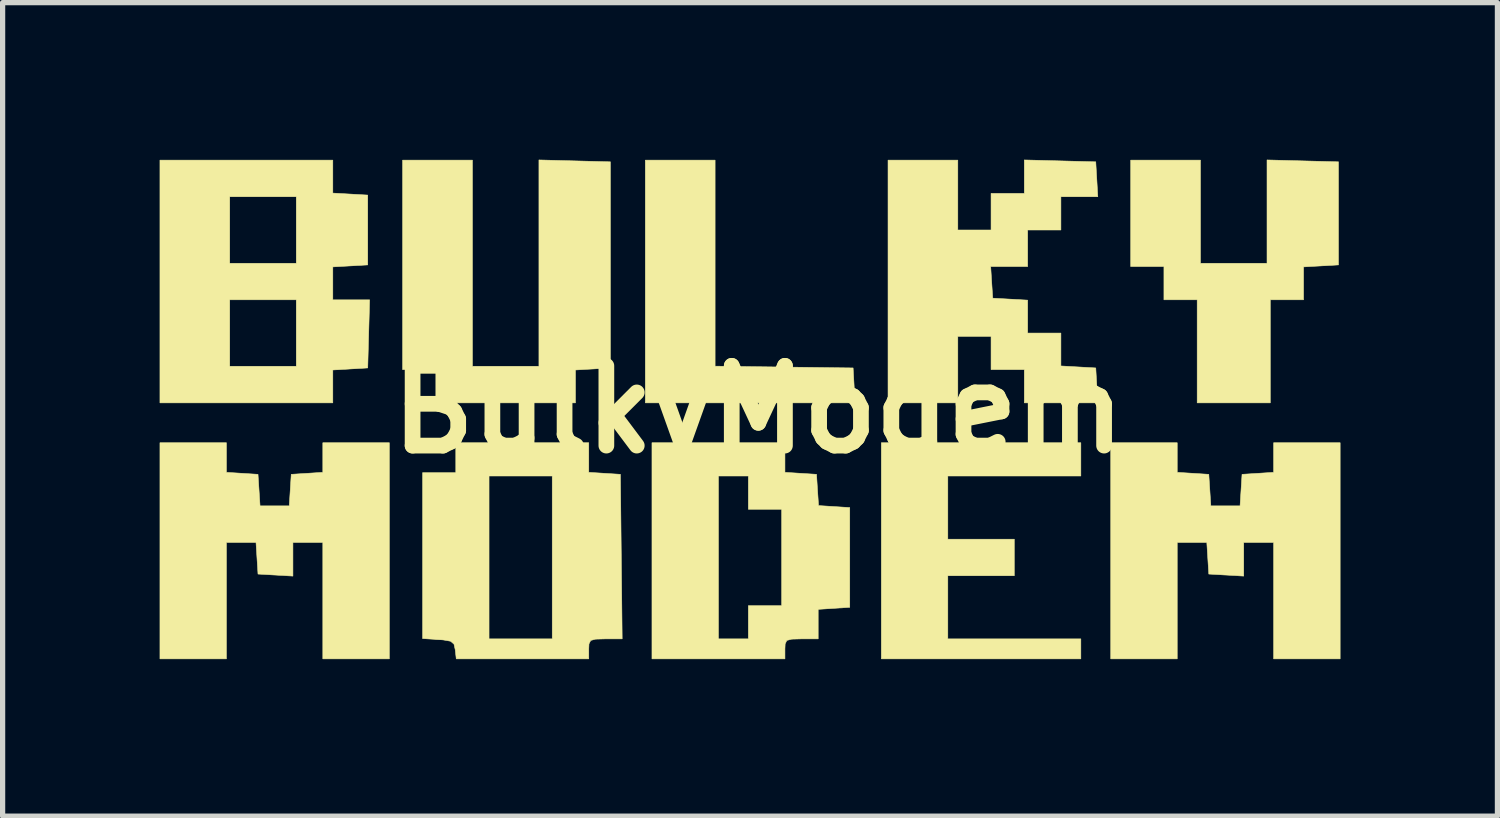
<source format=kicad_pcb>
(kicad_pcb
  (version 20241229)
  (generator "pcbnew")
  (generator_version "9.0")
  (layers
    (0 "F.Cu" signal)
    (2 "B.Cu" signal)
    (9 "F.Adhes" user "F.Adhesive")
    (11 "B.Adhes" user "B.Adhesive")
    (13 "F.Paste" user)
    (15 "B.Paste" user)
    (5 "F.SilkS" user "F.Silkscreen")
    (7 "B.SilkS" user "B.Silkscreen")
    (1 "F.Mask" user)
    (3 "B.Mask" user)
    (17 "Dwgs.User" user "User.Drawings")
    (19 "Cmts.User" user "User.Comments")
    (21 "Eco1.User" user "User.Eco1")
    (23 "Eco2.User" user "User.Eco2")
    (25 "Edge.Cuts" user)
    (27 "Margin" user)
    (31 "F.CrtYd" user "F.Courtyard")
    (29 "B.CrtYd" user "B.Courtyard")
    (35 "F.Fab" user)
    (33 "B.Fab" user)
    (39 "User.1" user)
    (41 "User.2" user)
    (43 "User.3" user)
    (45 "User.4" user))
  (footprint "BulkyModem"
    (layer "F.Cu")
    (at 11.435 4.772)
    (property "Reference" "BulkyModem" (at 0 0 0) (layer "F.SilkS") (effects (font (size 1.524 1.524) (thickness 0.3))))
    (attr through_hole)
    (fp_poly (pts (xy -0.826 -0.828) (xy 0.492 -0.811) (xy 1.81 -0.794) (xy 1.848 -0.127) (xy -2.159 -0.127) (xy -2.159 -4.763) (xy -0.826 -4.763) (xy -0.826 -0.828)) (stroke (width 0.01) (type solid)) (fill yes) (layer "F.SilkS"))
    (fp_poly (pts (xy 6.16 1.27) (xy 3.619 1.27) (xy 3.619 2.477) (xy 4.889 2.477) (xy 4.889 3.175) (xy 3.619 3.175) (xy 3.619 4.381) (xy 6.16 4.381) (xy 6.16 4.763) (xy 2.349 4.763) (xy 2.349 0.635) (xy 6.16 0.635) (xy 6.16 1.27)) (stroke (width 0.01) (type solid)) (fill yes) (layer "F.SilkS"))
    (fp_poly (pts (xy -3.508 -4.749) (xy -2.826 -4.731) (xy -2.826 -0.794) (xy -3.493 -0.755) (xy -3.493 -0.127) (xy -6.16 -0.127) (xy -6.16 -0.762) (xy -6.795 -0.762) (xy -6.795 -4.763) (xy -5.461 -4.763) (xy -5.461 -0.826) (xy -4.191 -0.826) (xy -4.191 -4.767) (xy -3.508 -4.749)) (stroke (width 0.01) (type solid)) (fill yes) (layer "F.SilkS"))
    (fp_poly (pts (xy 10.398 -4.749) (xy 11.081 -4.731) (xy 11.081 -2.762) (xy 10.414 -2.724) (xy 10.414 -2.095) (xy 9.779 -2.095) (xy 9.779 -0.127) (xy 8.382 -0.127) (xy 8.382 -2.095) (xy 7.747 -2.095) (xy 7.747 -2.731) (xy 7.112 -2.731) (xy 7.112 -4.763) (xy 8.445 -4.763) (xy 8.445 -2.794) (xy 9.716 -2.794) (xy 9.716 -4.767) (xy 10.398 -4.749)) (stroke (width 0.01) (type solid)) (fill yes) (layer "F.SilkS"))
    (fp_poly (pts (xy 8.001 1.2) (xy 8.303 1.219) (xy 8.604 1.238) (xy 8.643 1.841) (xy 8.922 1.841) (xy 9.201 1.841) (xy 9.22 1.54) (xy 9.239 1.238) (xy 9.541 1.219) (xy 9.842 1.2) (xy 9.842 0.635) (xy 11.113 0.635) (xy 11.113 4.763) (xy 9.842 4.763) (xy 9.842 2.54) (xy 9.271 2.54) (xy 9.271 3.182) (xy 8.604 3.143) (xy 8.585 2.842) (xy 8.566 2.54) (xy 8.001 2.54) (xy 8.001 4.763) (xy 6.731 4.763) (xy 6.731 0.635) (xy 8.001 0.635) (xy 8.001 1.2)) (stroke (width 0.01) (type solid)) (fill yes) (layer "F.SilkS"))
    (fp_poly (pts (xy -10.16 0.917) (xy -10.16 1.2) (xy -9.858 1.219) (xy -9.557 1.238) (xy -9.518 1.841) (xy -9.239 1.841) (xy -8.96 1.841) (xy -8.941 1.54) (xy -8.922 1.238) (xy -8.62 1.219) (xy -8.319 1.2) (xy -8.319 0.635) (xy -7.048 0.635) (xy -7.048 4.763) (xy -8.319 4.763) (xy -8.319 2.54) (xy -8.89 2.54) (xy -8.89 3.182) (xy -9.557 3.143) (xy -9.576 2.842) (xy -9.595 2.54) (xy -10.16 2.54) (xy -10.16 4.763) (xy -11.43 4.763) (xy -11.43 0.635) (xy -10.16 0.635) (xy -10.16 0.917)) (stroke (width 0.01) (type solid)) (fill yes) (layer "F.SilkS"))
    (fp_poly (pts (xy -8.128 -4.448) (xy -8.128 -4.134) (xy -7.795 -4.115) (xy -7.461 -4.096) (xy -7.461 -2.762) (xy -8.128 -2.724) (xy -8.128 -2.095) (xy -7.425 -2.095) (xy -7.461 -0.794) (xy -8.128 -0.755) (xy -8.128 -0.127) (xy -11.43 -0.127) (xy -11.43 -2.095) (xy -10.097 -2.095) (xy -10.097 -0.826) (xy -8.826 -0.826) (xy -8.826 -2.095) (xy -10.097 -2.095) (xy -11.43 -2.095) (xy -11.43 -4.064) (xy -10.097 -4.064) (xy -10.097 -2.794) (xy -8.826 -2.794) (xy -8.826 -4.064) (xy -10.097 -4.064) (xy -11.43 -4.064) (xy -11.43 -4.763) (xy -8.128 -4.763) (xy -8.128 -4.448)) (stroke (width 0.01) (type solid)) (fill yes) (layer "F.SilkS"))
    (fp_poly (pts (xy -3.239 1.2) (xy -2.937 1.219) (xy -2.635 1.238) (xy -2.601 4.381) (xy -2.92 4.381) (xy -3.108 4.386) (xy -3.202 4.411) (xy -3.235 4.477) (xy -3.239 4.572) (xy -3.239 4.763) (xy -5.77 4.763) (xy -5.79 4.588) (xy -5.814 4.481) (xy -5.879 4.426) (xy -6.019 4.401) (xy -6.112 4.394) (xy -6.413 4.375) (xy -6.413 1.27) (xy -5.144 1.27) (xy -5.144 4.381) (xy -3.937 4.381) (xy -3.937 1.27) (xy -5.144 1.27) (xy -6.413 1.27) (xy -6.413 1.206) (xy -5.779 1.206) (xy -5.779 0.635) (xy -3.239 0.635) (xy -3.239 1.2)) (stroke (width 0.01) (type solid)) (fill yes) (layer "F.SilkS"))
    (fp_poly (pts (xy 0.508 1.2) (xy 0.81 1.219) (xy 1.111 1.238) (xy 1.13 1.537) (xy 1.15 1.835) (xy 1.448 1.854) (xy 1.746 1.873) (xy 1.746 3.778) (xy 1.143 3.817) (xy 1.143 4.381) (xy 0.826 4.381) (xy 0.638 4.386) (xy 0.544 4.411) (xy 0.512 4.478) (xy 0.508 4.572) (xy 0.508 4.763) (xy -2.032 4.763) (xy -2.032 1.27) (xy -0.762 1.27) (xy -0.762 4.381) (xy -0.191 4.381) (xy -0.191 3.747) (xy 0.445 3.747) (xy 0.445 1.905) (xy -0.191 1.905) (xy -0.191 1.27) (xy -0.762 1.27) (xy -2.032 1.27) (xy -2.032 0.635) (xy 0.508 0.635) (xy 0.508 1.2)) (stroke (width 0.01) (type solid)) (fill yes) (layer "F.SilkS"))
    (fp_poly (pts (xy 5.763 -4.749) (xy 6.445 -4.731) (xy 6.484 -4.064) (xy 5.779 -4.064) (xy 5.779 -3.429) (xy 5.144 -3.429) (xy 5.144 -2.731) (xy 4.791 -2.731) (xy 4.438 -2.731) (xy 4.457 -2.429) (xy 4.477 -2.127) (xy 5.144 -2.089) (xy 5.144 -1.46) (xy 5.779 -1.46) (xy 5.779 -0.832) (xy 6.112 -0.813) (xy 6.445 -0.794) (xy 6.484 -0.127) (xy 5.08 -0.127) (xy 5.08 -0.762) (xy 4.445 -0.762) (xy 4.445 -1.397) (xy 3.81 -1.397) (xy 3.81 -0.127) (xy 2.477 -0.127) (xy 2.477 -4.763) (xy 3.81 -4.763) (xy 3.81 -3.429) (xy 4.445 -3.429) (xy 4.445 -4.128) (xy 5.08 -4.128) (xy 5.08 -4.767) (xy 5.763 -4.749)) (stroke (width 0.01) (type solid)) (fill yes) (layer "F.SilkS")))
  (gr_rect
    (start -3 -3)
    (end 25.552 12.539)
    (stroke (width 0.1) (type default))
    (fill no)
    (layer "Edge.Cuts")))
</source>
